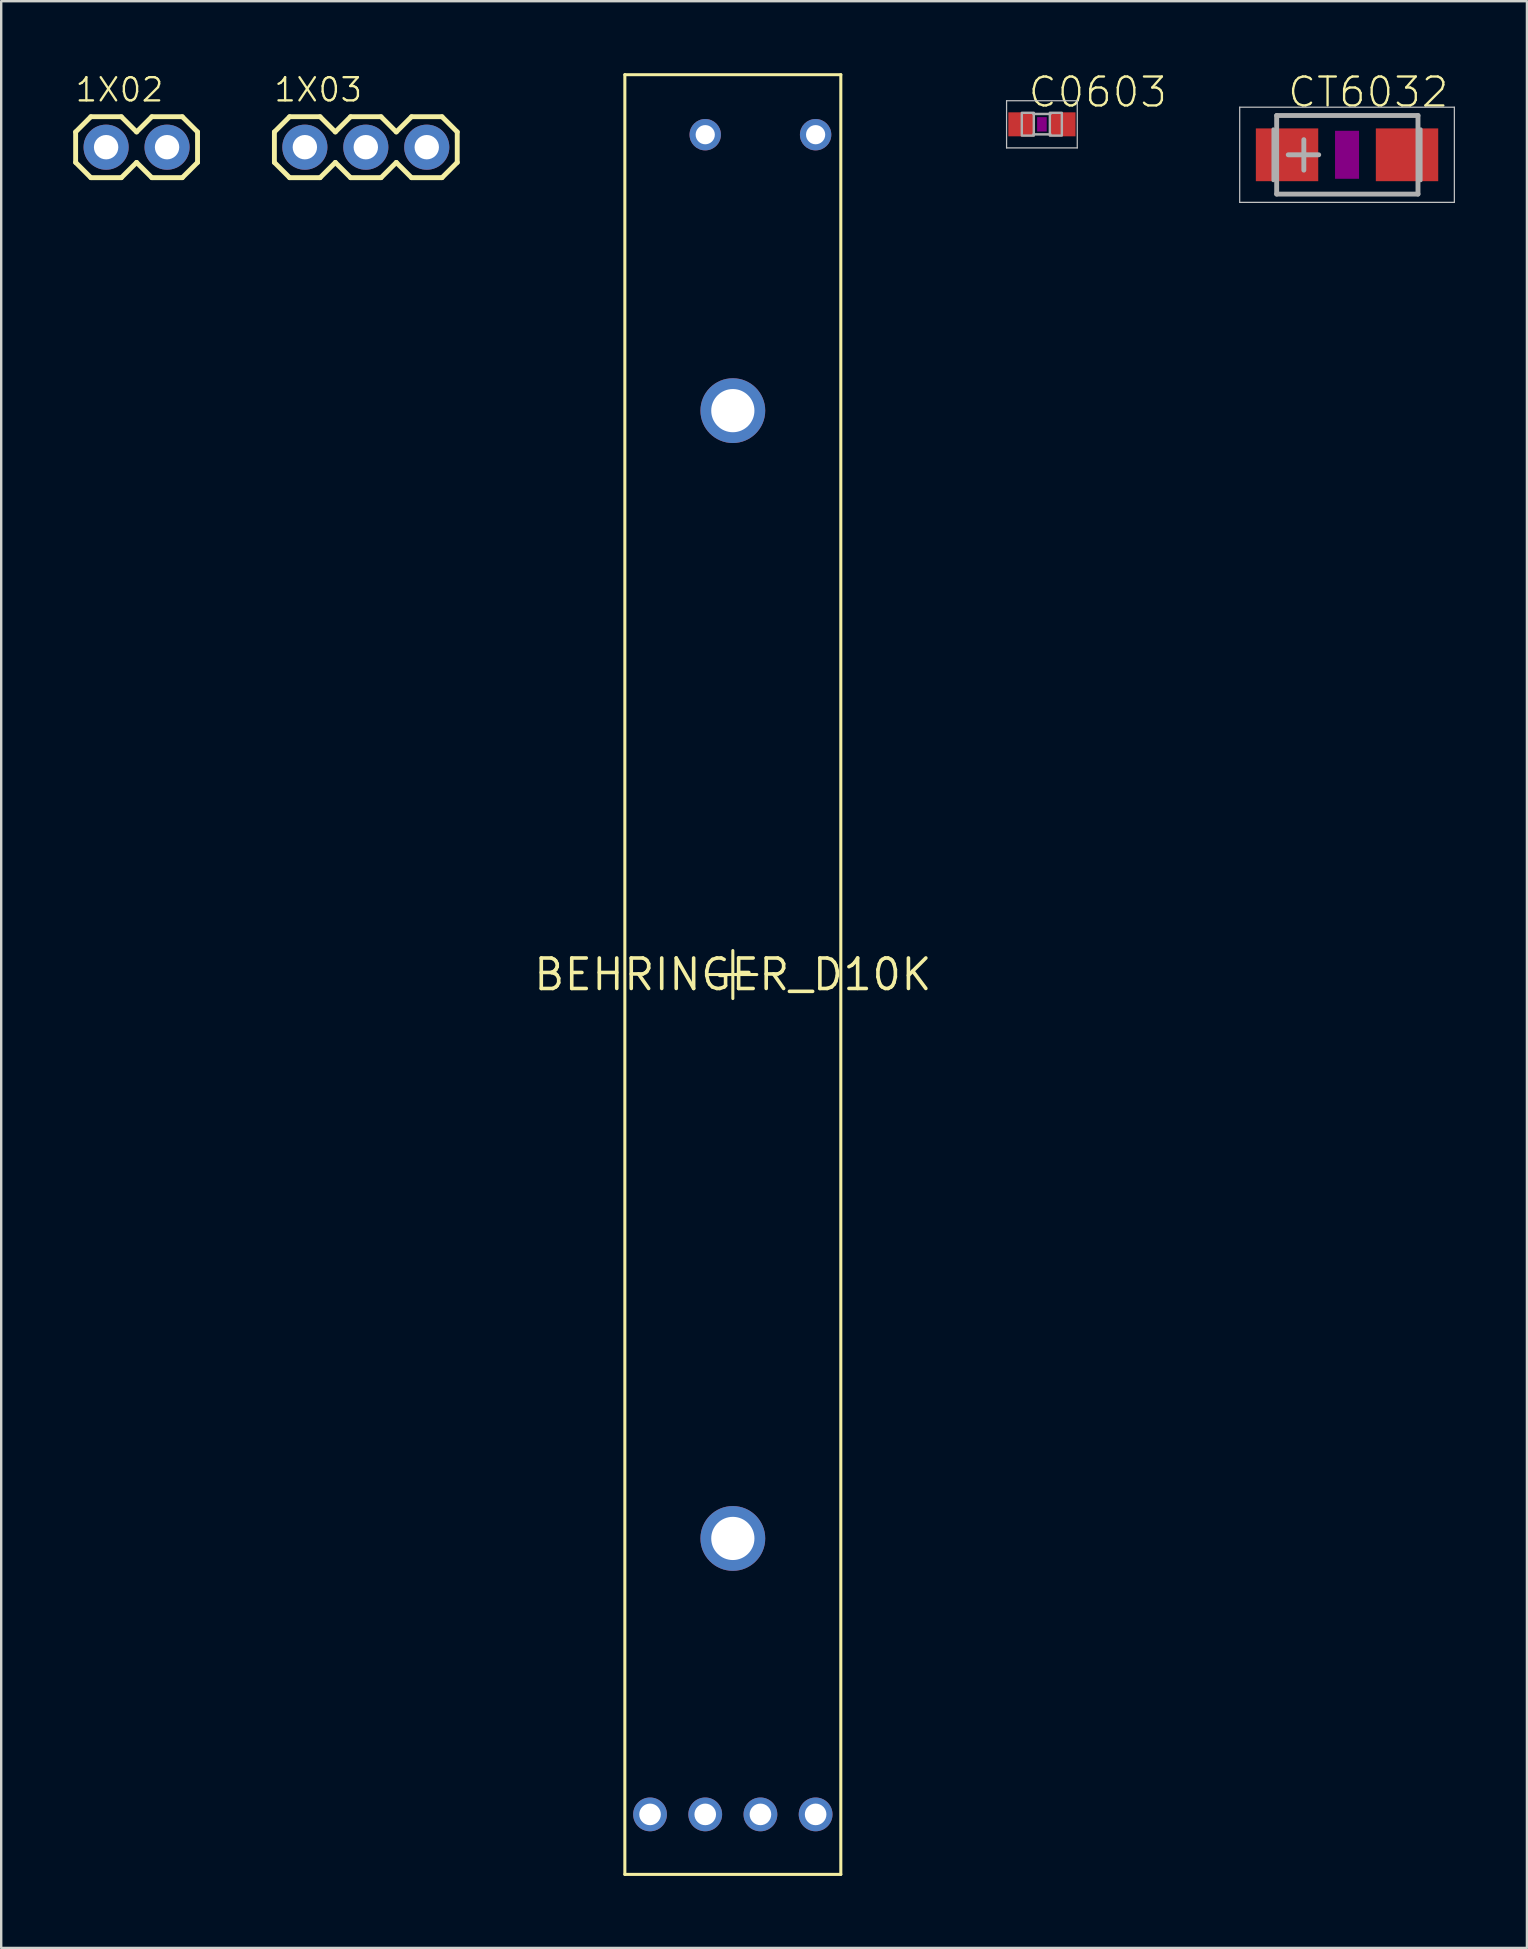
<source format=kicad_pcb>
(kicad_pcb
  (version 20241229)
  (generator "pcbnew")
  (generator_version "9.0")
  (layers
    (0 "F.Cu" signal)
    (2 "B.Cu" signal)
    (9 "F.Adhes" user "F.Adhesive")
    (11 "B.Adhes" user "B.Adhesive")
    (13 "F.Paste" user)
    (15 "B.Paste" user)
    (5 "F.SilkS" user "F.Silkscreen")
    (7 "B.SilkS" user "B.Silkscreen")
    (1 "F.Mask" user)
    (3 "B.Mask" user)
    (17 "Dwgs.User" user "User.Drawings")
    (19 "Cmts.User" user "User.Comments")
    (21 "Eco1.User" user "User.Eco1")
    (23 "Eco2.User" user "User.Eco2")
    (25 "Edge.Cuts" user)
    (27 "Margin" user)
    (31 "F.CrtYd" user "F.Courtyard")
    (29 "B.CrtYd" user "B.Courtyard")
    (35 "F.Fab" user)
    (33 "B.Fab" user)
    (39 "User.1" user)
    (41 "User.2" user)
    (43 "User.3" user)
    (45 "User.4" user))
  (footprint "BEHRINGER_D10K"
    (layer "F.Cu")
    (at 27.49 37.563)
    (property "Reference" "BEHRINGER_D10K" (at 0 0 0) (layer "F.SilkS") (effects (font (size 1.27 1.27) (thickness 0.15))))
    (attr through_hole)
    (fp_line (start -4.5 -37.5) (end -4.5 37.5) (stroke (width 0.127) (type solid)) (layer "F.SilkS"))
    (fp_line (start -4.5 37.5) (end 4.5 37.5) (stroke (width 0.127) (type solid)) (layer "F.SilkS"))
    (fp_line (start -1 0) (end 1 0) (stroke (width 0.127) (type solid)) (layer "F.SilkS"))
    (fp_line (start 0 1) (end 0 -1) (stroke (width 0.127) (type solid)) (layer "F.SilkS"))
    (fp_line (start 4.5 -37.5) (end -4.5 -37.5) (stroke (width 0.127) (type solid)) (layer "F.SilkS"))
    (fp_line (start 4.5 37.5) (end 4.5 -37.5) (stroke (width 0.127) (type solid)) (layer "F.SilkS"))
    (pad "P$1" thru_hole circle (at -1.15 35) (size 1.408 1.408) (drill 0.9) (layers "*.Cu" "*.Mask"))
    (pad "P$2" thru_hole circle (at 1.15 35) (size 1.408 1.408) (drill 0.9) (layers "*.Cu" "*.Mask"))
    (pad "P$3" thru_hole circle (at 3.45 35) (size 1.408 1.408) (drill 0.9) (layers "*.Cu" "*.Mask"))
    (pad "P$4" thru_hole circle (at -3.45 35) (size 1.408 1.408) (drill 0.9) (layers "*.Cu" "*.Mask"))
    (pad "P$5" thru_hole circle (at 3.45 -35) (size 1.308 1.308) (drill 0.8) (layers "*.Cu" "*.Mask"))
    (pad "P$6" thru_hole circle (at -1.15 -35) (size 1.308 1.308) (drill 0.8) (layers "*.Cu" "*.Mask"))
    (pad "P$7" thru_hole circle (at 0 23.5) (size 2.7 2.7) (drill 1.8) (layers "*.Cu" "*.Mask"))
    (pad "P$8" thru_hole circle (at 0 -23.5) (size 2.7 2.7) (drill 1.8) (layers "*.Cu" "*.Mask")))
  (footprint "1X02"
    (layer "F.Cu")
    (at 1.372 3.084)
    (property "Reference" "1X02" (at -1.346 -1.829 0) (layer "F.SilkS") (effects (font (size 0.965 0.965) (thickness 0.097)) (justify left bottom)))
    (attr through_hole)
    (fp_line (start -1.27 -0.635) (end -1.27 0.635) (stroke (width 0.203) (type solid)) (layer "F.SilkS"))
    (fp_line (start -1.27 0.635) (end -0.635 1.27) (stroke (width 0.203) (type solid)) (layer "F.SilkS"))
    (fp_line (start -0.635 -1.27) (end -1.27 -0.635) (stroke (width 0.203) (type solid)) (layer "F.SilkS"))
    (fp_line (start -0.635 -1.27) (end 0.635 -1.27) (stroke (width 0.203) (type solid)) (layer "F.SilkS"))
    (fp_line (start 0.635 -1.27) (end 1.27 -0.635) (stroke (width 0.203) (type solid)) (layer "F.SilkS"))
    (fp_line (start 0.635 1.27) (end -0.635 1.27) (stroke (width 0.203) (type solid)) (layer "F.SilkS"))
    (fp_line (start 1.27 -0.635) (end 1.905 -1.27) (stroke (width 0.203) (type solid)) (layer "F.SilkS"))
    (fp_line (start 1.27 0.635) (end 0.635 1.27) (stroke (width 0.203) (type solid)) (layer "F.SilkS"))
    (fp_line (start 1.905 -1.27) (end 3.175 -1.27) (stroke (width 0.203) (type solid)) (layer "F.SilkS"))
    (fp_line (start 1.905 1.27) (end 1.27 0.635) (stroke (width 0.203) (type solid)) (layer "F.SilkS"))
    (fp_line (start 3.175 -1.27) (end 3.81 -0.635) (stroke (width 0.203) (type solid)) (layer "F.SilkS"))
    (fp_line (start 3.175 1.27) (end 1.905 1.27) (stroke (width 0.203) (type solid)) (layer "F.SilkS"))
    (fp_line (start 3.81 -0.635) (end 3.81 0.635) (stroke (width 0.203) (type solid)) (layer "F.SilkS"))
    (fp_line (start 3.81 0.635) (end 3.175 1.27) (stroke (width 0.203) (type solid)) (layer "F.SilkS"))
    (fp_poly (pts (xy -0.254 0.254) (xy 0.254 0.254) (xy 0.254 -0.254) (xy -0.254 -0.254)) (stroke (width 0.1) (type solid)) (fill no) (layer "F.Fab"))
    (fp_poly (pts (xy 2.286 0.254) (xy 2.794 0.254) (xy 2.794 -0.254) (xy 2.286 -0.254)) (stroke (width 0.1) (type solid)) (fill no) (layer "F.Fab"))
    (pad "1" thru_hole circle (at 0 0 90) (size 1.88 1.88) (drill 1.016) (layers "*.Cu" "*.Mask"))
    (pad "2" thru_hole circle (at 2.54 0 90) (size 1.88 1.88) (drill 1.016) (layers "*.Cu" "*.Mask")))
  (footprint "CT6032"
    (layer "F.Cu")
    (at 53.086 3.401)
    (property "Reference" "CT6032" (at -2.54 -1.905 180) (layer "F.SilkS") (effects (font (size 1.206 1.206) (thickness 0.097)) (justify left bottom)))
    (attr through_hole)
    (fp_poly (pts (xy -0.5 1) (xy 0.5 1) (xy 0.5 -1) (xy -0.5 -1)) (stroke (width 0) (type solid)) (fill yes) (layer "F.Adhes"))
    (fp_line (start -4.473 -1.983) (end 4.473 -1.983) (stroke (width 0.051) (type solid)) (layer "Dwgs.User"))
    (fp_line (start -4.473 1.983) (end -4.473 -1.983) (stroke (width 0.051) (type solid)) (layer "Dwgs.User"))
    (fp_line (start 4.473 -1.983) (end 4.473 1.983) (stroke (width 0.051) (type solid)) (layer "Dwgs.User"))
    (fp_line (start 4.473 1.983) (end -4.473 1.983) (stroke (width 0.051) (type solid)) (layer "Dwgs.User"))
    (fp_line (start -3.073 -1.067) (end -3.073 1.067) (stroke (width 0.152) (type solid)) (layer "F.Fab"))
    (fp_line (start -2.932 1.637) (end -2.932 -1.637) (stroke (width 0.203) (type solid)) (layer "F.Fab"))
    (fp_line (start -1.8 -0.63) (end -1.8 0.64) (stroke (width 0.203) (type solid)) (layer "F.Fab"))
    (fp_line (start -1.18 0) (end -2.45 0) (stroke (width 0.203) (type solid)) (layer "F.Fab"))
    (fp_line (start 2.957 -1.637) (end -2.932 -1.637) (stroke (width 0.203) (type solid)) (layer "F.Fab"))
    (fp_line (start 2.957 1.637) (end -2.932 1.637) (stroke (width 0.203) (type solid)) (layer "F.Fab"))
    (fp_line (start 2.957 1.637) (end 2.957 -1.637) (stroke (width 0.203) (type solid)) (layer "F.Fab"))
    (fp_line (start 3.073 -1.067) (end 3.073 1.067) (stroke (width 0.152) (type solid)) (layer "F.Fab"))
    (pad "+" smd rect (at -2.5 0) (size 2.6 2.2) (layers "F.Cu" "F.Mask" "F.Paste"))
    (pad "-" smd rect (at 2.5 0) (size 2.6 2.2) (layers "F.Cu" "F.Mask" "F.Paste")))
  (footprint "C0603"
    (layer "F.Cu")
    (at 40.371 2.131)
    (property "Reference" "C0603" (at -0.635 -0.635 0) (layer "F.SilkS") (effects (font (size 1.206 1.206) (thickness 0.097)) (justify left bottom)))
    (attr through_hole)
    (fp_poly (pts (xy -0.2 0.3) (xy 0.2 0.3) (xy 0.2 -0.3) (xy -0.2 -0.3)) (stroke (width 0) (type solid)) (fill yes) (layer "F.Adhes"))
    (fp_line (start -1.473 -0.983) (end 1.473 -0.983) (stroke (width 0.051) (type solid)) (layer "Dwgs.User"))
    (fp_line (start -1.473 0.983) (end -1.473 -0.983) (stroke (width 0.051) (type solid)) (layer "Dwgs.User"))
    (fp_line (start 1.473 -0.983) (end 1.473 0.983) (stroke (width 0.051) (type solid)) (layer "Dwgs.User"))
    (fp_line (start 1.473 0.983) (end -1.473 0.983) (stroke (width 0.051) (type solid)) (layer "Dwgs.User"))
    (fp_line (start -0.356 -0.432) (end 0.356 -0.432) (stroke (width 0.102) (type solid)) (layer "F.Fab"))
    (fp_line (start -0.356 0.419) (end 0.356 0.419) (stroke (width 0.102) (type solid)) (layer "F.Fab"))
    (fp_poly (pts (xy -0.838 0.47) (xy -0.338 0.47) (xy -0.338 -0.48) (xy -0.838 -0.48)) (stroke (width 0.1) (type solid)) (fill no) (layer "F.Fab"))
    (fp_poly (pts (xy 0.33 0.47) (xy 0.83 0.47) (xy 0.83 -0.48) (xy 0.33 -0.48)) (stroke (width 0.1) (type solid)) (fill no) (layer "F.Fab"))
    (pad "1" smd rect (at -0.85 0) (size 1.1 1) (layers "F.Cu" "F.Mask" "F.Paste"))
    (pad "2" smd rect (at 0.85 0) (size 1.1 1) (layers "F.Cu" "F.Mask" "F.Paste")))
  (footprint "1X03"
    (layer "F.Cu")
    (at 9.655 3.084)
    (property "Reference" "1X03" (at -1.346 -1.829 180) (layer "F.SilkS") (effects (font (size 0.965 0.965) (thickness 0.097)) (justify left bottom)))
    (attr through_hole)
    (fp_line (start -1.27 -0.635) (end -1.27 0.635) (stroke (width 0.203) (type solid)) (layer "F.SilkS"))
    (fp_line (start -1.27 0.635) (end -0.635 1.27) (stroke (width 0.203) (type solid)) (layer "F.SilkS"))
    (fp_line (start -0.635 -1.27) (end -1.27 -0.635) (stroke (width 0.203) (type solid)) (layer "F.SilkS"))
    (fp_line (start -0.635 -1.27) (end 0.635 -1.27) (stroke (width 0.203) (type solid)) (layer "F.SilkS"))
    (fp_line (start 0.635 -1.27) (end 1.27 -0.635) (stroke (width 0.203) (type solid)) (layer "F.SilkS"))
    (fp_line (start 0.635 1.27) (end -0.635 1.27) (stroke (width 0.203) (type solid)) (layer "F.SilkS"))
    (fp_line (start 1.27 -0.635) (end 1.905 -1.27) (stroke (width 0.203) (type solid)) (layer "F.SilkS"))
    (fp_line (start 1.27 0.635) (end 0.635 1.27) (stroke (width 0.203) (type solid)) (layer "F.SilkS"))
    (fp_line (start 1.905 -1.27) (end 3.175 -1.27) (stroke (width 0.203) (type solid)) (layer "F.SilkS"))
    (fp_line (start 1.905 1.27) (end 1.27 0.635) (stroke (width 0.203) (type solid)) (layer "F.SilkS"))
    (fp_line (start 3.175 -1.27) (end 3.81 -0.635) (stroke (width 0.203) (type solid)) (layer "F.SilkS"))
    (fp_line (start 3.175 1.27) (end 1.905 1.27) (stroke (width 0.203) (type solid)) (layer "F.SilkS"))
    (fp_line (start 3.81 -0.635) (end 4.445 -1.27) (stroke (width 0.203) (type solid)) (layer "F.SilkS"))
    (fp_line (start 3.81 0.635) (end 3.175 1.27) (stroke (width 0.203) (type solid)) (layer "F.SilkS"))
    (fp_line (start 4.445 -1.27) (end 5.715 -1.27) (stroke (width 0.203) (type solid)) (layer "F.SilkS"))
    (fp_line (start 4.445 1.27) (end 3.81 0.635) (stroke (width 0.203) (type solid)) (layer "F.SilkS"))
    (fp_line (start 5.715 -1.27) (end 6.35 -0.635) (stroke (width 0.203) (type solid)) (layer "F.SilkS"))
    (fp_line (start 5.715 1.27) (end 4.445 1.27) (stroke (width 0.203) (type solid)) (layer "F.SilkS"))
    (fp_line (start 6.35 -0.635) (end 6.35 0.635) (stroke (width 0.203) (type solid)) (layer "F.SilkS"))
    (fp_line (start 6.35 0.635) (end 5.715 1.27) (stroke (width 0.203) (type solid)) (layer "F.SilkS"))
    (fp_poly (pts (xy -0.254 0.254) (xy 0.254 0.254) (xy 0.254 -0.254) (xy -0.254 -0.254)) (stroke (width 0.1) (type solid)) (fill no) (layer "F.Fab"))
    (fp_poly (pts (xy 2.286 0.254) (xy 2.794 0.254) (xy 2.794 -0.254) (xy 2.286 -0.254)) (stroke (width 0.1) (type solid)) (fill no) (layer "F.Fab"))
    (fp_poly (pts (xy 4.826 0.254) (xy 5.334 0.254) (xy 5.334 -0.254) (xy 4.826 -0.254)) (stroke (width 0.1) (type solid)) (fill no) (layer "F.Fab"))
    (pad "1" thru_hole circle (at 0 0 90) (size 1.88 1.88) (drill 1.016) (layers "*.Cu" "*.Mask"))
    (pad "2" thru_hole circle (at 2.54 0 90) (size 1.88 1.88) (drill 1.016) (layers "*.Cu" "*.Mask"))
    (pad "3" thru_hole circle (at 5.08 0 90) (size 1.88 1.88) (drill 1.016) (layers "*.Cu" "*.Mask")))
  (gr_rect
    (start -3 -3)
    (end 60.584 78.127)
    (stroke (width 0.1) (type default))
    (fill no)
    (layer "Edge.Cuts")))
</source>
